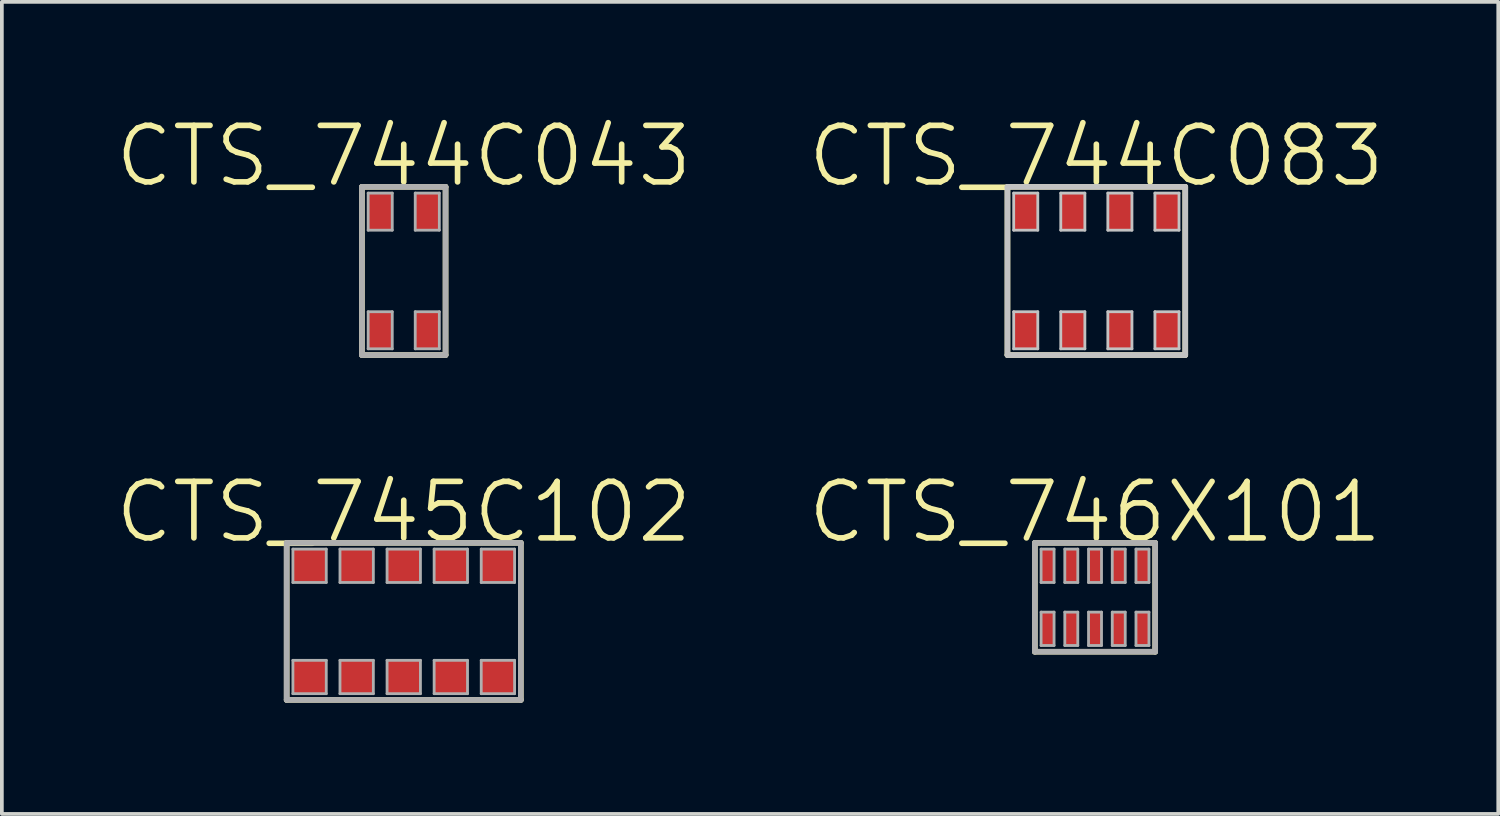
<source format=kicad_pcb>
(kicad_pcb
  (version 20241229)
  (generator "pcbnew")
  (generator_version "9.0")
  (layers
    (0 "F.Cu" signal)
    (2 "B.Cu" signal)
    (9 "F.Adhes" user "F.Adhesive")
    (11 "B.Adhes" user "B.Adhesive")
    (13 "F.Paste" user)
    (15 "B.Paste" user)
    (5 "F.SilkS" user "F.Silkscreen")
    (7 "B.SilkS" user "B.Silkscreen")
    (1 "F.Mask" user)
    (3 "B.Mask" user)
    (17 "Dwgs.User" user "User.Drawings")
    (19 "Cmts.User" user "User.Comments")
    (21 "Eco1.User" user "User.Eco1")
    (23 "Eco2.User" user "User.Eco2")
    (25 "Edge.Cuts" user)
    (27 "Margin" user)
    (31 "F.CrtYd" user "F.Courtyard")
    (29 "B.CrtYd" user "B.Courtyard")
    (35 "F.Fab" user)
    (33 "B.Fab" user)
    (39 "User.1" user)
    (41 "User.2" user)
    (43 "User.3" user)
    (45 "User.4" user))
  (footprint "CTS_746X101"
    (layer "F.Cu")
    (at 26.488 13.062)
    (property "Reference" "CTS_746X101" (at 0 -2.3 0) (layer "F.SilkS") (effects (font (size 1.524 1.524) (thickness 0.152))))
    (attr smd)
    (fp_line (start -1.623 -1.468) (end -1.623 1.468) (stroke (width 0.152) (type solid)) (layer "F.SilkS"))
    (fp_line (start -1.623 -1.468) (end 1.623 -1.468) (stroke (width 0.152) (type solid)) (layer "F.SilkS"))
    (fp_line (start 1.623 1.468) (end -1.623 1.468) (stroke (width 0.152) (type solid)) (layer "F.SilkS"))
    (fp_line (start 1.623 1.468) (end 1.623 -1.468) (stroke (width 0.152) (type solid)) (layer "F.SilkS"))
    (fp_line (start -1.623 -1.468) (end -1.623 1.468) (stroke (width 0.152) (type solid)) (layer "F.Fab"))
    (fp_line (start -1.623 -1.468) (end 1.623 -1.468) (stroke (width 0.152) (type solid)) (layer "F.Fab"))
    (fp_line (start -1.455 -1.3) (end -1.105 -1.3) (stroke (width 0.076) (type solid)) (layer "F.Fab"))
    (fp_line (start -1.455 -0.4) (end -1.455 -1.3) (stroke (width 0.076) (type solid)) (layer "F.Fab"))
    (fp_line (start -1.455 -0.4) (end -1.105 -0.4) (stroke (width 0.076) (type solid)) (layer "F.Fab"))
    (fp_line (start -1.455 0.4) (end -1.105 0.4) (stroke (width 0.076) (type solid)) (layer "F.Fab"))
    (fp_line (start -1.455 1.3) (end -1.455 0.4) (stroke (width 0.076) (type solid)) (layer "F.Fab"))
    (fp_line (start -1.455 1.3) (end -1.105 1.3) (stroke (width 0.076) (type solid)) (layer "F.Fab"))
    (fp_line (start -1.105 -0.4) (end -1.105 -1.3) (stroke (width 0.076) (type solid)) (layer "F.Fab"))
    (fp_line (start -1.105 1.3) (end -1.105 0.4) (stroke (width 0.076) (type solid)) (layer "F.Fab"))
    (fp_line (start -0.815 -1.3) (end -0.465 -1.3) (stroke (width 0.076) (type solid)) (layer "F.Fab"))
    (fp_line (start -0.815 -0.4) (end -0.815 -1.3) (stroke (width 0.076) (type solid)) (layer "F.Fab"))
    (fp_line (start -0.815 -0.4) (end -0.465 -0.4) (stroke (width 0.076) (type solid)) (layer "F.Fab"))
    (fp_line (start -0.815 0.4) (end -0.465 0.4) (stroke (width 0.076) (type solid)) (layer "F.Fab"))
    (fp_line (start -0.815 1.3) (end -0.815 0.4) (stroke (width 0.076) (type solid)) (layer "F.Fab"))
    (fp_line (start -0.815 1.3) (end -0.465 1.3) (stroke (width 0.076) (type solid)) (layer "F.Fab"))
    (fp_line (start -0.465 -0.4) (end -0.465 -1.3) (stroke (width 0.076) (type solid)) (layer "F.Fab"))
    (fp_line (start -0.465 1.3) (end -0.465 0.4) (stroke (width 0.076) (type solid)) (layer "F.Fab"))
    (fp_line (start -0.175 -1.3) (end 0.175 -1.3) (stroke (width 0.076) (type solid)) (layer "F.Fab"))
    (fp_line (start -0.175 -0.4) (end -0.175 -1.3) (stroke (width 0.076) (type solid)) (layer "F.Fab"))
    (fp_line (start -0.175 -0.4) (end 0.175 -0.4) (stroke (width 0.076) (type solid)) (layer "F.Fab"))
    (fp_line (start -0.175 0.4) (end 0.175 0.4) (stroke (width 0.076) (type solid)) (layer "F.Fab"))
    (fp_line (start -0.175 1.3) (end -0.175 0.4) (stroke (width 0.076) (type solid)) (layer "F.Fab"))
    (fp_line (start -0.175 1.3) (end 0.175 1.3) (stroke (width 0.076) (type solid)) (layer "F.Fab"))
    (fp_line (start 0.175 -0.4) (end 0.175 -1.3) (stroke (width 0.076) (type solid)) (layer "F.Fab"))
    (fp_line (start 0.175 1.3) (end 0.175 0.4) (stroke (width 0.076) (type solid)) (layer "F.Fab"))
    (fp_line (start 0.465 -1.3) (end 0.815 -1.3) (stroke (width 0.076) (type solid)) (layer "F.Fab"))
    (fp_line (start 0.465 -0.4) (end 0.465 -1.3) (stroke (width 0.076) (type solid)) (layer "F.Fab"))
    (fp_line (start 0.465 -0.4) (end 0.815 -0.4) (stroke (width 0.076) (type solid)) (layer "F.Fab"))
    (fp_line (start 0.465 0.4) (end 0.815 0.4) (stroke (width 0.076) (type solid)) (layer "F.Fab"))
    (fp_line (start 0.465 1.3) (end 0.465 0.4) (stroke (width 0.076) (type solid)) (layer "F.Fab"))
    (fp_line (start 0.465 1.3) (end 0.815 1.3) (stroke (width 0.076) (type solid)) (layer "F.Fab"))
    (fp_line (start 0.815 -0.4) (end 0.815 -1.3) (stroke (width 0.076) (type solid)) (layer "F.Fab"))
    (fp_line (start 0.815 1.3) (end 0.815 0.4) (stroke (width 0.076) (type solid)) (layer "F.Fab"))
    (fp_line (start 1.105 -1.3) (end 1.455 -1.3) (stroke (width 0.076) (type solid)) (layer "F.Fab"))
    (fp_line (start 1.105 -0.4) (end 1.105 -1.3) (stroke (width 0.076) (type solid)) (layer "F.Fab"))
    (fp_line (start 1.105 -0.4) (end 1.455 -0.4) (stroke (width 0.076) (type solid)) (layer "F.Fab"))
    (fp_line (start 1.105 0.4) (end 1.455 0.4) (stroke (width 0.076) (type solid)) (layer "F.Fab"))
    (fp_line (start 1.105 1.3) (end 1.105 0.4) (stroke (width 0.076) (type solid)) (layer "F.Fab"))
    (fp_line (start 1.105 1.3) (end 1.455 1.3) (stroke (width 0.076) (type solid)) (layer "F.Fab"))
    (fp_line (start 1.455 -0.4) (end 1.455 -1.3) (stroke (width 0.076) (type solid)) (layer "F.Fab"))
    (fp_line (start 1.455 1.3) (end 1.455 0.4) (stroke (width 0.076) (type solid)) (layer "F.Fab"))
    (fp_line (start 1.623 1.468) (end -1.623 1.468) (stroke (width 0.152) (type solid)) (layer "F.Fab"))
    (fp_line (start 1.623 1.468) (end 1.623 -1.468) (stroke (width 0.152) (type solid)) (layer "F.Fab"))
    (pad "1" smd rect (at -1.28 0.85) (size 0.35 0.9) (layers "F.Cu" "F.Mask" "F.Paste"))
    (pad "2" smd rect (at -0.64 0.85) (size 0.35 0.9) (layers "F.Cu" "F.Mask" "F.Paste"))
    (pad "3" smd rect (at 0 0.85) (size 0.35 0.9) (layers "F.Cu" "F.Mask" "F.Paste"))
    (pad "4" smd rect (at 0.64 0.85) (size 0.35 0.9) (layers "F.Cu" "F.Mask" "F.Paste"))
    (pad "5" smd rect (at 1.28 0.85) (size 0.35 0.9) (layers "F.Cu" "F.Mask" "F.Paste"))
    (pad "6" smd rect (at 1.28 -0.85) (size 0.35 0.9) (layers "F.Cu" "F.Mask" "F.Paste"))
    (pad "7" smd rect (at 0.64 -0.85) (size 0.35 0.9) (layers "F.Cu" "F.Mask" "F.Paste"))
    (pad "8" smd rect (at 0 -0.85) (size 0.35 0.9) (layers "F.Cu" "F.Mask" "F.Paste"))
    (pad "9" smd rect (at -0.64 -0.85) (size 0.35 0.9) (layers "F.Cu" "F.Mask" "F.Paste"))
    (pad "10" smd rect (at -1.28 -0.85) (size 0.35 0.9) (layers "F.Cu" "F.Mask" "F.Paste")))
  (footprint "CTS_744C043"
    (layer "F.Cu")
    (at 7.841 4.259)
    (property "Reference" "CTS_744C043" (at 0 -3.1 0) (layer "F.SilkS") (effects (font (size 1.524 1.524) (thickness 0.152))))
    (attr smd)
    (fp_line (start -1.128 -2.268) (end -1.128 2.268) (stroke (width 0.152) (type solid)) (layer "F.SilkS"))
    (fp_line (start -1.128 -2.268) (end 1.128 -2.268) (stroke (width 0.152) (type solid)) (layer "F.SilkS"))
    (fp_line (start 1.128 2.268) (end -1.128 2.268) (stroke (width 0.152) (type solid)) (layer "F.SilkS"))
    (fp_line (start 1.128 2.268) (end 1.128 -2.268) (stroke (width 0.152) (type solid)) (layer "F.SilkS"))
    (fp_line (start -1.128 -2.268) (end -1.128 2.268) (stroke (width 0.152) (type solid)) (layer "F.Fab"))
    (fp_line (start -1.128 -2.268) (end 1.128 -2.268) (stroke (width 0.152) (type solid)) (layer "F.Fab"))
    (fp_line (start -0.96 -2.1) (end -0.31 -2.1) (stroke (width 0.076) (type solid)) (layer "F.Fab"))
    (fp_line (start -0.96 -1.1) (end -0.96 -2.1) (stroke (width 0.076) (type solid)) (layer "F.Fab"))
    (fp_line (start -0.96 -1.1) (end -0.31 -1.1) (stroke (width 0.076) (type solid)) (layer "F.Fab"))
    (fp_line (start -0.96 1.1) (end -0.31 1.1) (stroke (width 0.076) (type solid)) (layer "F.Fab"))
    (fp_line (start -0.96 2.1) (end -0.96 1.1) (stroke (width 0.076) (type solid)) (layer "F.Fab"))
    (fp_line (start -0.96 2.1) (end -0.31 2.1) (stroke (width 0.076) (type solid)) (layer "F.Fab"))
    (fp_line (start -0.31 -1.1) (end -0.31 -2.1) (stroke (width 0.076) (type solid)) (layer "F.Fab"))
    (fp_line (start -0.31 2.1) (end -0.31 1.1) (stroke (width 0.076) (type solid)) (layer "F.Fab"))
    (fp_line (start 0.31 -2.1) (end 0.96 -2.1) (stroke (width 0.076) (type solid)) (layer "F.Fab"))
    (fp_line (start 0.31 -1.1) (end 0.31 -2.1) (stroke (width 0.076) (type solid)) (layer "F.Fab"))
    (fp_line (start 0.31 -1.1) (end 0.96 -1.1) (stroke (width 0.076) (type solid)) (layer "F.Fab"))
    (fp_line (start 0.31 1.1) (end 0.96 1.1) (stroke (width 0.076) (type solid)) (layer "F.Fab"))
    (fp_line (start 0.31 2.1) (end 0.31 1.1) (stroke (width 0.076) (type solid)) (layer "F.Fab"))
    (fp_line (start 0.31 2.1) (end 0.96 2.1) (stroke (width 0.076) (type solid)) (layer "F.Fab"))
    (fp_line (start 0.96 -1.1) (end 0.96 -2.1) (stroke (width 0.076) (type solid)) (layer "F.Fab"))
    (fp_line (start 0.96 2.1) (end 0.96 1.1) (stroke (width 0.076) (type solid)) (layer "F.Fab"))
    (fp_line (start 1.128 2.268) (end -1.128 2.268) (stroke (width 0.152) (type solid)) (layer "F.Fab"))
    (fp_line (start 1.128 2.268) (end 1.128 -2.268) (stroke (width 0.152) (type solid)) (layer "F.Fab"))
    (pad "1" smd rect (at -0.635 1.6) (size 0.65 1) (layers "F.Cu" "F.Mask" "F.Paste"))
    (pad "2" smd rect (at 0.635 1.6) (size 0.65 1) (layers "F.Cu" "F.Mask" "F.Paste"))
    (pad "3" smd rect (at 0.635 -1.6) (size 0.65 1) (layers "F.Cu" "F.Mask" "F.Paste"))
    (pad "4" smd rect (at -0.635 -1.6) (size 0.65 1) (layers "F.Cu" "F.Mask" "F.Paste")))
  (footprint "CTS_744C083"
    (layer "F.Cu")
    (at 26.524 4.259)
    (property "Reference" "CTS_744C083" (at 0 -3.1 0) (layer "F.SilkS") (effects (font (size 1.524 1.524) (thickness 0.152))))
    (attr smd)
    (fp_line (start -2.398 -2.268) (end -2.398 2.268) (stroke (width 0.152) (type solid)) (layer "F.SilkS"))
    (fp_line (start -2.398 -2.268) (end 2.398 -2.268) (stroke (width 0.152) (type solid)) (layer "F.SilkS"))
    (fp_line (start 2.398 2.268) (end -2.398 2.268) (stroke (width 0.152) (type solid)) (layer "F.SilkS"))
    (fp_line (start 2.398 2.268) (end 2.398 -2.268) (stroke (width 0.152) (type solid)) (layer "F.SilkS"))
    (fp_line (start -2.398 -2.268) (end -2.398 2.268) (stroke (width 0.152) (type solid)) (layer "Dwgs.User"))
    (fp_line (start -2.398 -2.268) (end 2.398 -2.268) (stroke (width 0.152) (type solid)) (layer "Dwgs.User"))
    (fp_line (start -2.23 -2.1) (end -1.58 -2.1) (stroke (width 0.076) (type solid)) (layer "Dwgs.User"))
    (fp_line (start -2.23 -1.1) (end -2.23 -2.1) (stroke (width 0.076) (type solid)) (layer "Dwgs.User"))
    (fp_line (start -2.23 -1.1) (end -1.58 -1.1) (stroke (width 0.076) (type solid)) (layer "Dwgs.User"))
    (fp_line (start -2.23 1.1) (end -1.58 1.1) (stroke (width 0.076) (type solid)) (layer "Dwgs.User"))
    (fp_line (start -2.23 2.1) (end -2.23 1.1) (stroke (width 0.076) (type solid)) (layer "Dwgs.User"))
    (fp_line (start -2.23 2.1) (end -1.58 2.1) (stroke (width 0.076) (type solid)) (layer "Dwgs.User"))
    (fp_line (start -1.58 -1.1) (end -1.58 -2.1) (stroke (width 0.076) (type solid)) (layer "Dwgs.User"))
    (fp_line (start -1.58 2.1) (end -1.58 1.1) (stroke (width 0.076) (type solid)) (layer "Dwgs.User"))
    (fp_line (start -0.96 -2.1) (end -0.31 -2.1) (stroke (width 0.076) (type solid)) (layer "Dwgs.User"))
    (fp_line (start -0.96 -1.1) (end -0.96 -2.1) (stroke (width 0.076) (type solid)) (layer "Dwgs.User"))
    (fp_line (start -0.96 -1.1) (end -0.31 -1.1) (stroke (width 0.076) (type solid)) (layer "Dwgs.User"))
    (fp_line (start -0.96 1.1) (end -0.31 1.1) (stroke (width 0.076) (type solid)) (layer "Dwgs.User"))
    (fp_line (start -0.96 2.1) (end -0.96 1.1) (stroke (width 0.076) (type solid)) (layer "Dwgs.User"))
    (fp_line (start -0.96 2.1) (end -0.31 2.1) (stroke (width 0.076) (type solid)) (layer "Dwgs.User"))
    (fp_line (start -0.31 -1.1) (end -0.31 -2.1) (stroke (width 0.076) (type solid)) (layer "Dwgs.User"))
    (fp_line (start -0.31 2.1) (end -0.31 1.1) (stroke (width 0.076) (type solid)) (layer "Dwgs.User"))
    (fp_line (start 0.31 -2.1) (end 0.96 -2.1) (stroke (width 0.076) (type solid)) (layer "Dwgs.User"))
    (fp_line (start 0.31 -1.1) (end 0.31 -2.1) (stroke (width 0.076) (type solid)) (layer "Dwgs.User"))
    (fp_line (start 0.31 -1.1) (end 0.96 -1.1) (stroke (width 0.076) (type solid)) (layer "Dwgs.User"))
    (fp_line (start 0.31 1.1) (end 0.96 1.1) (stroke (width 0.076) (type solid)) (layer "Dwgs.User"))
    (fp_line (start 0.31 2.1) (end 0.31 1.1) (stroke (width 0.076) (type solid)) (layer "Dwgs.User"))
    (fp_line (start 0.31 2.1) (end 0.96 2.1) (stroke (width 0.076) (type solid)) (layer "Dwgs.User"))
    (fp_line (start 0.96 -1.1) (end 0.96 -2.1) (stroke (width 0.076) (type solid)) (layer "Dwgs.User"))
    (fp_line (start 0.96 2.1) (end 0.96 1.1) (stroke (width 0.076) (type solid)) (layer "Dwgs.User"))
    (fp_line (start 1.58 -2.1) (end 2.23 -2.1) (stroke (width 0.076) (type solid)) (layer "Dwgs.User"))
    (fp_line (start 1.58 -1.1) (end 1.58 -2.1) (stroke (width 0.076) (type solid)) (layer "Dwgs.User"))
    (fp_line (start 1.58 -1.1) (end 2.23 -1.1) (stroke (width 0.076) (type solid)) (layer "Dwgs.User"))
    (fp_line (start 1.58 1.1) (end 2.23 1.1) (stroke (width 0.076) (type solid)) (layer "Dwgs.User"))
    (fp_line (start 1.58 2.1) (end 1.58 1.1) (stroke (width 0.076) (type solid)) (layer "Dwgs.User"))
    (fp_line (start 1.58 2.1) (end 2.23 2.1) (stroke (width 0.076) (type solid)) (layer "Dwgs.User"))
    (fp_line (start 2.23 -1.1) (end 2.23 -2.1) (stroke (width 0.076) (type solid)) (layer "Dwgs.User"))
    (fp_line (start 2.23 2.1) (end 2.23 1.1) (stroke (width 0.076) (type solid)) (layer "Dwgs.User"))
    (fp_line (start 2.398 2.268) (end -2.398 2.268) (stroke (width 0.152) (type solid)) (layer "Dwgs.User"))
    (fp_line (start 2.398 2.268) (end 2.398 -2.268) (stroke (width 0.152) (type solid)) (layer "Dwgs.User"))
    (pad "1" smd rect (at -1.905 1.6) (size 0.65 1) (layers "F.Cu" "F.Mask" "F.Paste"))
    (pad "2" smd rect (at -0.635 1.6) (size 0.65 1) (layers "F.Cu" "F.Mask" "F.Paste"))
    (pad "3" smd rect (at 0.635 1.6) (size 0.65 1) (layers "F.Cu" "F.Mask" "F.Paste"))
    (pad "4" smd rect (at 1.905 1.6) (size 0.65 1) (layers "F.Cu" "F.Mask" "F.Paste"))
    (pad "5" smd rect (at 1.905 -1.6) (size 0.65 1) (layers "F.Cu" "F.Mask" "F.Paste"))
    (pad "6" smd rect (at 0.635 -1.6) (size 0.65 1) (layers "F.Cu" "F.Mask" "F.Paste"))
    (pad "7" smd rect (at -0.635 -1.6) (size 0.65 1) (layers "F.Cu" "F.Mask" "F.Paste"))
    (pad "8" smd rect (at -1.905 -1.6) (size 0.65 1) (layers "F.Cu" "F.Mask" "F.Paste")))
  (footprint "CTS_745C102"
    (layer "F.Cu")
    (at 7.841 13.712)
    (property "Reference" "CTS_745C102" (at 0 -2.95 0) (layer "F.SilkS") (effects (font (size 1.524 1.524) (thickness 0.152))))
    (attr smd)
    (fp_line (start -3.158 -2.118) (end -3.158 2.118) (stroke (width 0.152) (type solid)) (layer "F.SilkS"))
    (fp_line (start -3.158 -2.118) (end 3.158 -2.118) (stroke (width 0.152) (type solid)) (layer "F.SilkS"))
    (fp_line (start 3.158 2.118) (end -3.158 2.118) (stroke (width 0.152) (type solid)) (layer "F.SilkS"))
    (fp_line (start 3.158 2.118) (end 3.158 -2.118) (stroke (width 0.152) (type solid)) (layer "F.SilkS"))
    (fp_line (start -3.158 -2.118) (end -3.158 2.118) (stroke (width 0.152) (type solid)) (layer "F.Fab"))
    (fp_line (start -3.158 -2.118) (end 3.158 -2.118) (stroke (width 0.152) (type solid)) (layer "F.Fab"))
    (fp_line (start -2.99 -1.95) (end -2.09 -1.95) (stroke (width 0.076) (type solid)) (layer "F.Fab"))
    (fp_line (start -2.99 -1.05) (end -2.99 -1.95) (stroke (width 0.076) (type solid)) (layer "F.Fab"))
    (fp_line (start -2.99 -1.05) (end -2.09 -1.05) (stroke (width 0.076) (type solid)) (layer "F.Fab"))
    (fp_line (start -2.99 1.05) (end -2.09 1.05) (stroke (width 0.076) (type solid)) (layer "F.Fab"))
    (fp_line (start -2.99 1.95) (end -2.99 1.05) (stroke (width 0.076) (type solid)) (layer "F.Fab"))
    (fp_line (start -2.99 1.95) (end -2.09 1.95) (stroke (width 0.076) (type solid)) (layer "F.Fab"))
    (fp_line (start -2.09 -1.05) (end -2.09 -1.95) (stroke (width 0.076) (type solid)) (layer "F.Fab"))
    (fp_line (start -2.09 1.95) (end -2.09 1.05) (stroke (width 0.076) (type solid)) (layer "F.Fab"))
    (fp_line (start -1.72 -1.95) (end -0.82 -1.95) (stroke (width 0.076) (type solid)) (layer "F.Fab"))
    (fp_line (start -1.72 -1.05) (end -1.72 -1.95) (stroke (width 0.076) (type solid)) (layer "F.Fab"))
    (fp_line (start -1.72 -1.05) (end -0.82 -1.05) (stroke (width 0.076) (type solid)) (layer "F.Fab"))
    (fp_line (start -1.72 1.05) (end -0.82 1.05) (stroke (width 0.076) (type solid)) (layer "F.Fab"))
    (fp_line (start -1.72 1.95) (end -1.72 1.05) (stroke (width 0.076) (type solid)) (layer "F.Fab"))
    (fp_line (start -1.72 1.95) (end -0.82 1.95) (stroke (width 0.076) (type solid)) (layer "F.Fab"))
    (fp_line (start -0.82 -1.05) (end -0.82 -1.95) (stroke (width 0.076) (type solid)) (layer "F.Fab"))
    (fp_line (start -0.82 1.95) (end -0.82 1.05) (stroke (width 0.076) (type solid)) (layer "F.Fab"))
    (fp_line (start -0.45 -1.95) (end 0.45 -1.95) (stroke (width 0.076) (type solid)) (layer "F.Fab"))
    (fp_line (start -0.45 -1.05) (end -0.45 -1.95) (stroke (width 0.076) (type solid)) (layer "F.Fab"))
    (fp_line (start -0.45 -1.05) (end 0.45 -1.05) (stroke (width 0.076) (type solid)) (layer "F.Fab"))
    (fp_line (start -0.45 1.05) (end 0.45 1.05) (stroke (width 0.076) (type solid)) (layer "F.Fab"))
    (fp_line (start -0.45 1.95) (end -0.45 1.05) (stroke (width 0.076) (type solid)) (layer "F.Fab"))
    (fp_line (start -0.45 1.95) (end 0.45 1.95) (stroke (width 0.076) (type solid)) (layer "F.Fab"))
    (fp_line (start 0.45 -1.05) (end 0.45 -1.95) (stroke (width 0.076) (type solid)) (layer "F.Fab"))
    (fp_line (start 0.45 1.95) (end 0.45 1.05) (stroke (width 0.076) (type solid)) (layer "F.Fab"))
    (fp_line (start 0.82 -1.95) (end 1.72 -1.95) (stroke (width 0.076) (type solid)) (layer "F.Fab"))
    (fp_line (start 0.82 -1.05) (end 0.82 -1.95) (stroke (width 0.076) (type solid)) (layer "F.Fab"))
    (fp_line (start 0.82 -1.05) (end 1.72 -1.05) (stroke (width 0.076) (type solid)) (layer "F.Fab"))
    (fp_line (start 0.82 1.05) (end 1.72 1.05) (stroke (width 0.076) (type solid)) (layer "F.Fab"))
    (fp_line (start 0.82 1.95) (end 0.82 1.05) (stroke (width 0.076) (type solid)) (layer "F.Fab"))
    (fp_line (start 0.82 1.95) (end 1.72 1.95) (stroke (width 0.076) (type solid)) (layer "F.Fab"))
    (fp_line (start 1.72 -1.05) (end 1.72 -1.95) (stroke (width 0.076) (type solid)) (layer "F.Fab"))
    (fp_line (start 1.72 1.95) (end 1.72 1.05) (stroke (width 0.076) (type solid)) (layer "F.Fab"))
    (fp_line (start 2.09 -1.95) (end 2.99 -1.95) (stroke (width 0.076) (type solid)) (layer "F.Fab"))
    (fp_line (start 2.09 -1.05) (end 2.09 -1.95) (stroke (width 0.076) (type solid)) (layer "F.Fab"))
    (fp_line (start 2.09 -1.05) (end 2.99 -1.05) (stroke (width 0.076) (type solid)) (layer "F.Fab"))
    (fp_line (start 2.09 1.05) (end 2.99 1.05) (stroke (width 0.076) (type solid)) (layer "F.Fab"))
    (fp_line (start 2.09 1.95) (end 2.09 1.05) (stroke (width 0.076) (type solid)) (layer "F.Fab"))
    (fp_line (start 2.09 1.95) (end 2.99 1.95) (stroke (width 0.076) (type solid)) (layer "F.Fab"))
    (fp_line (start 2.99 -1.05) (end 2.99 -1.95) (stroke (width 0.076) (type solid)) (layer "F.Fab"))
    (fp_line (start 2.99 1.95) (end 2.99 1.05) (stroke (width 0.076) (type solid)) (layer "F.Fab"))
    (fp_line (start 3.158 2.118) (end -3.158 2.118) (stroke (width 0.152) (type solid)) (layer "F.Fab"))
    (fp_line (start 3.158 2.118) (end 3.158 -2.118) (stroke (width 0.152) (type solid)) (layer "F.Fab"))
    (pad "1" smd rect (at -2.54 1.5) (size 0.9 0.9) (layers "F.Cu" "F.Mask" "F.Paste"))
    (pad "2" smd rect (at -1.27 1.5) (size 0.9 0.9) (layers "F.Cu" "F.Mask" "F.Paste"))
    (pad "3" smd rect (at 0 1.5) (size 0.9 0.9) (layers "F.Cu" "F.Mask" "F.Paste"))
    (pad "4" smd rect (at 1.27 1.5) (size 0.9 0.9) (layers "F.Cu" "F.Mask" "F.Paste"))
    (pad "5" smd rect (at 2.54 1.5) (size 0.9 0.9) (layers "F.Cu" "F.Mask" "F.Paste"))
    (pad "6" smd rect (at 2.54 -1.5) (size 0.9 0.9) (layers "F.Cu" "F.Mask" "F.Paste"))
    (pad "7" smd rect (at 1.27 -1.5) (size 0.9 0.9) (layers "F.Cu" "F.Mask" "F.Paste"))
    (pad "8" smd rect (at 0 -1.5) (size 0.9 0.9) (layers "F.Cu" "F.Mask" "F.Paste"))
    (pad "9" smd rect (at -1.27 -1.5) (size 0.9 0.9) (layers "F.Cu" "F.Mask" "F.Paste"))
    (pad "10" smd rect (at -2.54 -1.5) (size 0.9 0.9) (layers "F.Cu" "F.Mask" "F.Paste")))
  (gr_rect
    (start -3 -3)
    (end 37.365 18.906)
    (stroke (width 0.1) (type default))
    (fill no)
    (layer "Edge.Cuts")))
</source>
